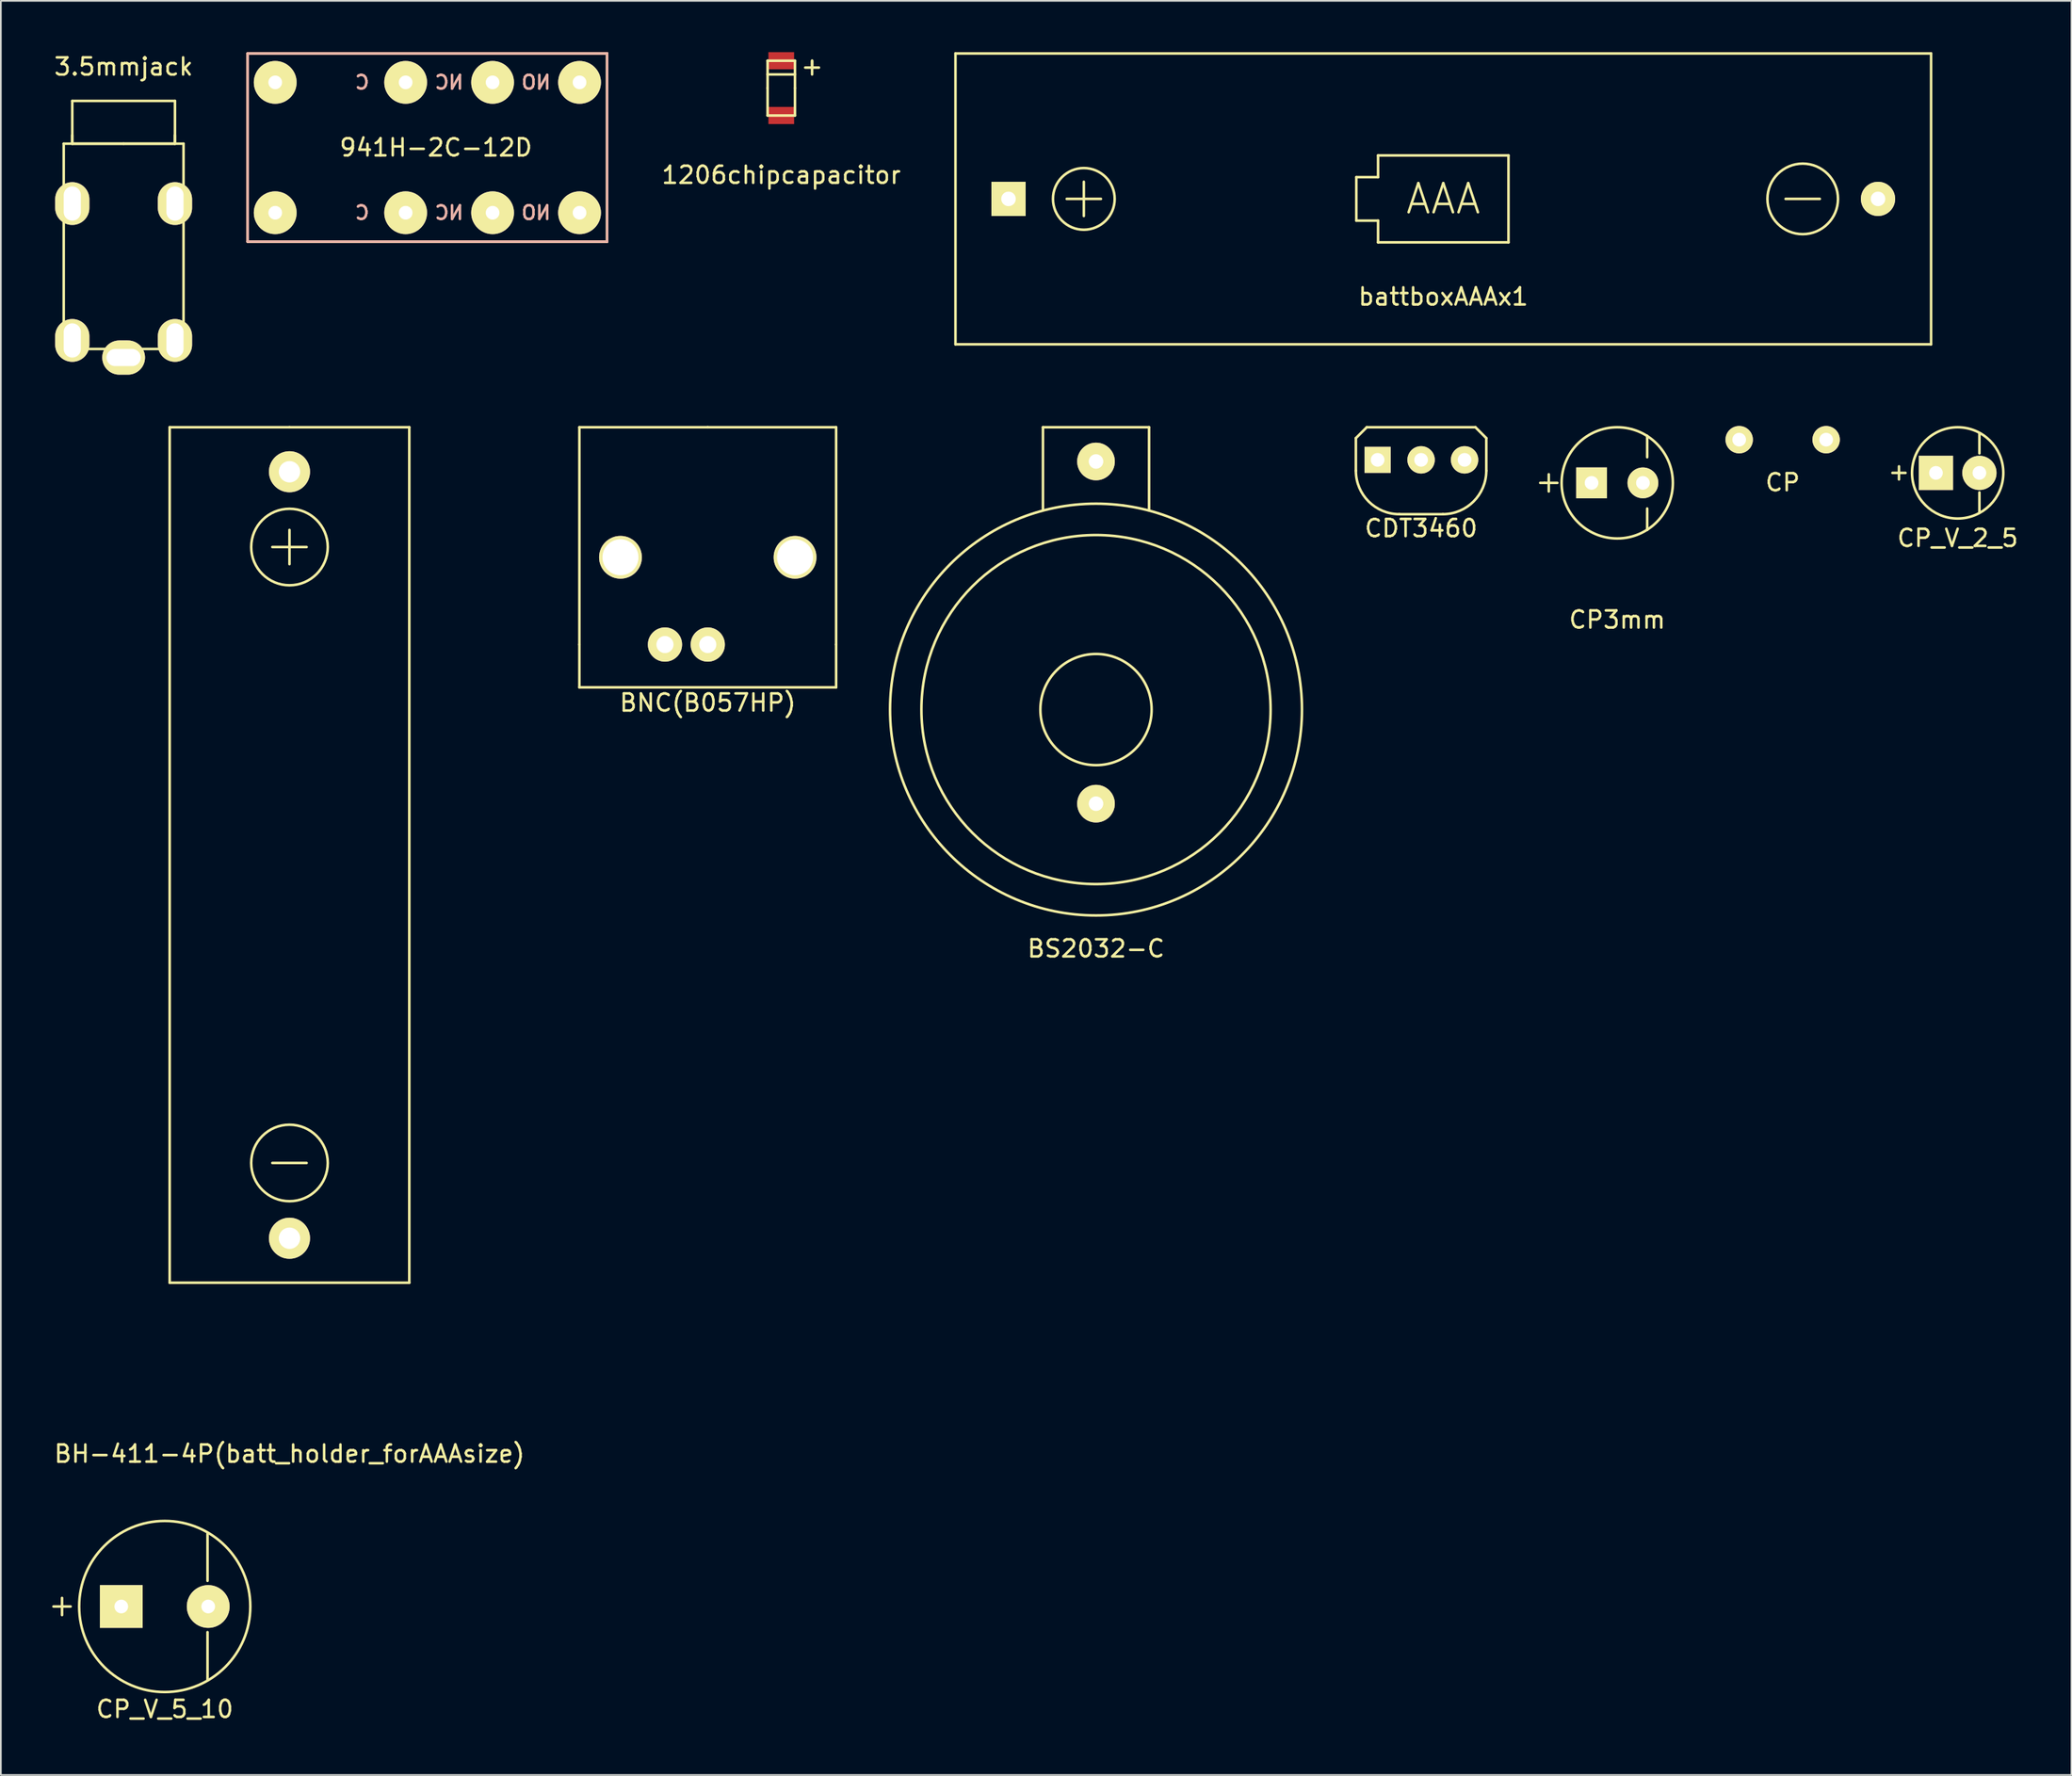
<source format=kicad_pcb>
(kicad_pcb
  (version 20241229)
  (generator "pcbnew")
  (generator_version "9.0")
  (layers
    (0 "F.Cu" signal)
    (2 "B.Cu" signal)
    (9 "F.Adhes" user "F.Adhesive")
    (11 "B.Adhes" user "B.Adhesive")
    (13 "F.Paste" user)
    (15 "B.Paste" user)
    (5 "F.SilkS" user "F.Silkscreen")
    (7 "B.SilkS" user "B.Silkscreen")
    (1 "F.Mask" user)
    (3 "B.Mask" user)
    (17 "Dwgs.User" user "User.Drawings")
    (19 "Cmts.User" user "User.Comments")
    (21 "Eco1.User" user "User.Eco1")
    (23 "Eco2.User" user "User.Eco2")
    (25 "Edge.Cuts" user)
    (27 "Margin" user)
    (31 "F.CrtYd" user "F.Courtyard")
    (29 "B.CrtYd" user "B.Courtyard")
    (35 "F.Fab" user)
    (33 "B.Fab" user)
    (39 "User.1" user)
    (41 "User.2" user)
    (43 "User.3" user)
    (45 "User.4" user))
  (footprint "CDT3460"
    (layer "F.Cu")
    (at 79.977 23.828)
    (property "Reference" "CDT3460" (at 0 4 0) (layer "F.SilkS") (effects (font (size 1 1) (thickness 0.15))))
    (attr through_hole)
    (fp_line (start -3.81 -1.27) (end -3.81 0.635) (stroke (width 0.15) (type solid)) (layer "F.SilkS"))
    (fp_line (start -3.175 -1.905) (end -3.81 -1.27) (stroke (width 0.15) (type solid)) (layer "F.SilkS"))
    (fp_line (start -3.175 -1.905) (end 3.175 -1.905) (stroke (width 0.15) (type solid)) (layer "F.SilkS"))
    (fp_line (start -1.27 3.175) (end 1.27 3.175) (stroke (width 0.15) (type solid)) (layer "F.SilkS"))
    (fp_line (start 3.175 -1.905) (end 3.81 -1.27) (stroke (width 0.15) (type solid)) (layer "F.SilkS"))
    (fp_line (start 3.81 -1.27) (end 3.81 0.635) (stroke (width 0.15) (type solid)) (layer "F.SilkS"))
    (fp_arc (start -1.27 3.175) (mid -3.066051 2.431051) (end -3.81 0.635) (stroke (width 0.15) (type solid)) (layer "F.SilkS"))
    (fp_arc (start 3.81 0.635) (mid 3.066051 2.431051) (end 1.27 3.175) (stroke (width 0.15) (type solid)) (layer "F.SilkS"))
    (pad "1" thru_hole rect (at -2.54 0) (size 1.524 1.524) (drill 0.8) (layers "*.Cu" "*.Mask" "F.SilkS"))
    (pad "2" thru_hole circle (at 0 0) (size 1.6 1.6) (drill 0.8) (layers "*.Cu" "*.Mask" "F.SilkS"))
    (pad "3" thru_hole circle (at 2.54 0) (size 1.6 1.6) (drill 0.8) (layers "*.Cu" "*.Mask" "F.SilkS")))
  (footprint "3.5mmjack"
    (layer "F.Cu")
    (at 4.173 11.348)
    (property "Reference" "3.5mmjack" (at 0 -10.5 0) (layer "F.SilkS") (effects (font (size 1 1) (thickness 0.15))))
    (attr through_hole)
    (fp_line (start -3.5 -6) (end -3.5 6) (stroke (width 0.15) (type solid)) (layer "F.SilkS"))
    (fp_line (start -3.5 -6) (end 0 -6) (stroke (width 0.15) (type solid)) (layer "F.SilkS"))
    (fp_line (start -3.5 6) (end 3.5 6) (stroke (width 0.15) (type solid)) (layer "F.SilkS"))
    (fp_line (start -3 -8.5) (end 3 -8.5) (stroke (width 0.15) (type solid)) (layer "F.SilkS"))
    (fp_line (start -3 -6.5) (end -3 -6) (stroke (width 0.15) (type solid)) (layer "F.SilkS"))
    (fp_line (start -3 -6) (end -3 -8.5) (stroke (width 0.15) (type solid)) (layer "F.SilkS"))
    (fp_line (start 0 -6) (end 3.5 -6) (stroke (width 0.15) (type solid)) (layer "F.SilkS"))
    (fp_line (start 3 -8.5) (end 3 -6) (stroke (width 0.15) (type solid)) (layer "F.SilkS"))
    (fp_line (start 3 -6.5) (end 3 -6) (stroke (width 0.15) (type solid)) (layer "F.SilkS"))
    (fp_line (start 3 -6) (end -3 -6) (stroke (width 0.15) (type solid)) (layer "F.SilkS"))
    (fp_line (start 3.5 6) (end 3.5 -6) (stroke (width 0.15) (type solid)) (layer "F.SilkS"))
    (pad "1" thru_hole oval (at 0 6.5 90) (size 2 2.5) (drill oval 1 2) (layers "*.Cu" "*.Mask" "F.SilkS"))
    (pad "2" thru_hole oval (at 3 5.5) (size 2 2.5) (drill oval 1 2) (layers "*.Cu" "*.Mask" "F.SilkS"))
    (pad "3" thru_hole oval (at -3 -2.5) (size 2 2.5) (drill oval 1 2) (layers "*.Cu" "*.Mask" "F.SilkS"))
    (pad "3" thru_hole oval (at 3 -2.5) (size 2 2.5) (drill oval 1 2) (layers "*.Cu" "*.Mask" "F.SilkS"))
    (pad "4" thru_hole oval (at -3 5.5) (size 2 2.5) (drill oval 1 2) (layers "*.Cu" "*.Mask" "F.SilkS")))
  (footprint "CP_V_5_10"
    (layer "F.Cu")
    (at 6.575 90.847)
    (property "Reference" "CP_V_5_10" (at 0 6 0) (layer "F.SilkS") (effects (font (size 1 1) (thickness 0.15))))
    (attr through_hole)
    (fp_line (start -6.5 0) (end -5.5 0) (stroke (width 0.15) (type solid)) (layer "F.SilkS"))
    (fp_line (start -6 -0.5) (end -6 0.5) (stroke (width 0.15) (type solid)) (layer "F.SilkS"))
    (fp_line (start 2.5 -4.25) (end 2.5 -1.5) (stroke (width 0.15) (type solid)) (layer "F.SilkS"))
    (fp_line (start 2.5 1.5) (end 2.5 4.25) (stroke (width 0.15) (type solid)) (layer "F.SilkS"))
    (fp_circle (center 0 0) (end 5 0) (stroke (width 0.15) (type solid)) (fill no) (layer "F.SilkS"))
    (pad "1" thru_hole rect (at -2.54 0) (size 2.5 2.5) (drill 0.8) (layers "*.Cu" "*.Mask" "F.SilkS"))
    (pad "4" thru_hole circle (at 2.54 0) (size 2.5 2.5) (drill 0.8) (layers "*.Cu" "*.Mask" "F.SilkS")))
  (footprint "battboxAAAx1"
    (layer "F.Cu")
    (at 81.273 8.575)
    (property "Reference" "battboxAAAx1" (at 0 5.715 0) (layer "F.SilkS") (effects (font (size 1 1) (thickness 0.15))))
    (attr through_hole)
    (fp_line (start -28.5 -8.5) (end -28.5 8.5) (stroke (width 0.15) (type solid)) (layer "F.SilkS"))
    (fp_line (start -28.5 8.5) (end 28.5 8.5) (stroke (width 0.15) (type solid)) (layer "F.SilkS"))
    (fp_line (start -22 0) (end -20 0) (stroke (width 0.15) (type solid)) (layer "F.SilkS"))
    (fp_line (start -21 -1) (end -21 1) (stroke (width 0.15) (type solid)) (layer "F.SilkS"))
    (fp_line (start -5.08 -1.27) (end -5.08 1.27) (stroke (width 0.15) (type solid)) (layer "F.SilkS"))
    (fp_line (start -5.08 1.27) (end -3.81 1.27) (stroke (width 0.15) (type solid)) (layer "F.SilkS"))
    (fp_line (start -3.81 -2.54) (end -3.81 -1.27) (stroke (width 0.15) (type solid)) (layer "F.SilkS"))
    (fp_line (start -3.81 -1.27) (end -5.08 -1.27) (stroke (width 0.15) (type solid)) (layer "F.SilkS"))
    (fp_line (start -3.81 1.27) (end -3.81 2.54) (stroke (width 0.15) (type solid)) (layer "F.SilkS"))
    (fp_line (start -3.81 2.54) (end 3.81 2.54) (stroke (width 0.15) (type solid)) (layer "F.SilkS"))
    (fp_line (start 3.81 -2.54) (end -3.81 -2.54) (stroke (width 0.15) (type solid)) (layer "F.SilkS"))
    (fp_line (start 3.81 2.54) (end 3.81 -2.54) (stroke (width 0.15) (type solid)) (layer "F.SilkS"))
    (fp_line (start 20 0) (end 22 0) (stroke (width 0.15) (type solid)) (layer "F.SilkS"))
    (fp_line (start 28.5 -8.5) (end -28.5 -8.5) (stroke (width 0.15) (type solid)) (layer "F.SilkS"))
    (fp_line (start 28.5 8.5) (end 28.5 -8.5) (stroke (width 0.15) (type solid)) (layer "F.SilkS"))
    (fp_circle (center -21 0) (end -22.5 -1) (stroke (width 0.15) (type solid)) (fill no) (layer "F.SilkS"))
    (fp_circle (center 21 0) (end 19 0.5) (stroke (width 0.15) (type solid)) (fill no) (layer "F.SilkS"))
    (fp_text user "AAA" (at 0 0 0) (layer "F.SilkS") (effects (font (size 1.7 1.7) (thickness 0.15))))
    (pad "1" thru_hole rect (at -25.4 0) (size 2 2) (drill 0.85) (layers "*.Cu" "*.Mask" "F.SilkS"))
    (pad "2" thru_hole circle (at 25.4 0) (size 2 2) (drill 0.85) (layers "*.Cu" "*.Mask" "F.SilkS")))
  (footprint "BNC(B057HP)"
    (layer "F.Cu")
    (at 38.301 34.623)
    (property "Reference" "BNC(B057HP)" (at 0 3.4 0) (layer "F.SilkS") (effects (font (size 1 1) (thickness 0.15))))
    (attr through_hole)
    (fp_line (start -7.5 -12.7) (end -7.5 0) (stroke (width 0.15) (type solid)) (layer "F.SilkS"))
    (fp_line (start -7.5 0) (end -7.5 2.5) (stroke (width 0.15) (type solid)) (layer "F.SilkS"))
    (fp_line (start -7.5 2.5) (end 7.5 2.5) (stroke (width 0.15) (type solid)) (layer "F.SilkS"))
    (fp_line (start 0 -12.7) (end -7.5 -12.7) (stroke (width 0.15) (type solid)) (layer "F.SilkS"))
    (fp_line (start 0 -12.7) (end 7.5 -12.7) (stroke (width 0.15) (type solid)) (layer "F.SilkS"))
    (fp_line (start 7.5 -12.7) (end 7.5 0) (stroke (width 0.15) (type solid)) (layer "F.SilkS"))
    (fp_line (start 7.5 2.5) (end 7.5 0) (stroke (width 0.15) (type solid)) (layer "F.SilkS"))
    (pad "" thru_hole circle (at -5.1 -5.1) (size 2.5 2.5) (drill 2.1) (layers "*.Cu" "*.Mask" "F.SilkS"))
    (pad "" thru_hole circle (at 5.1 -5.1) (size 2.5 2.5) (drill 2.1) (layers "*.Cu" "*.Mask" "F.SilkS"))
    (pad "1" thru_hole circle (at 0 0) (size 2 2) (drill 1) (layers "*.Cu" "*.Mask" "F.SilkS"))
    (pad "2" thru_hole circle (at -2.5 0) (size 2 2) (drill 1) (layers "*.Cu" "*.Mask" "F.SilkS")))
  (footprint "CP"
    (layer "F.Cu")
    (at 101.102 22.648)
    (property "Reference" "CP" (at 0 2.5 0) (layer "F.SilkS") (effects (font (size 1 1) (thickness 0.15))))
    (attr through_hole)
    (pad "1" thru_hole circle (at -2.54 0) (size 1.6 1.6) (drill 0.8) (layers "*.Cu" "*.Mask" "F.SilkS"))
    (pad "2" thru_hole circle (at 2.54 0) (size 1.6 1.6) (drill 0.8) (layers "*.Cu" "*.Mask" "F.SilkS")))
  (footprint "BS2032-C"
    (layer "F.Cu")
    (at 60.984 38.423)
    (property "Reference" "BS2032-C" (at 0 13.97 0) (layer "F.SilkS") (effects (font (size 1 1) (thickness 0.15))))
    (attr through_hole)
    (fp_line (start -3.1 -16.5) (end -3.1 -11.7) (stroke (width 0.15) (type solid)) (layer "F.SilkS"))
    (fp_line (start 3.1 -16.5) (end -3.1 -16.5) (stroke (width 0.15) (type solid)) (layer "F.SilkS"))
    (fp_line (start 3.1 -11.7) (end 3.1 -16.5) (stroke (width 0.15) (type solid)) (layer "F.SilkS"))
    (fp_circle (center 0 0) (end 3.25 -0.03) (stroke (width 0.15) (type solid)) (fill no) (layer "F.SilkS"))
    (fp_circle (center 0 0) (end 10.2 -0.1) (stroke (width 0.15) (type solid)) (fill no) (layer "F.SilkS"))
    (fp_circle (center 0 0) (end 11.45 3.7) (stroke (width 0.15) (type solid)) (fill no) (layer "F.SilkS"))
    (pad "1" thru_hole circle (at 0 -14.5) (size 2.2 2.2) (drill 0.85) (layers "*.Cu" "*.Mask" "F.SilkS"))
    (pad "2" thru_hole circle (at 0 5.5) (size 2.2 2.2) (drill 0.85) (layers "*.Cu" "*.Mask" "F.SilkS")))
  (footprint "1206chipcapacitor"
    (layer "F.Cu")
    (at 42.596 2.1)
    (property "Reference" "1206chipcapacitor" (at 0 5.08 0) (layer "F.SilkS") (effects (font (size 1 1) (thickness 0.15))))
    (attr through_hole)
    (fp_line (start -0.8 -1.6) (end -0.8 0) (stroke (width 0.15) (type solid)) (layer "F.SilkS"))
    (fp_line (start -0.8 -1.6) (end 0.8 -1.6) (stroke (width 0.15) (type solid)) (layer "F.SilkS"))
    (fp_line (start -0.8 0) (end -0.8 1.6) (stroke (width 0.15) (type solid)) (layer "F.SilkS"))
    (fp_line (start 0.8 -1.6) (end 0.8 0) (stroke (width 0.15) (type solid)) (layer "F.SilkS"))
    (fp_line (start 0.8 -0.8) (end -0.8 -0.8) (stroke (width 0.15) (type solid)) (layer "F.SilkS"))
    (fp_line (start 0.8 0) (end 0.8 1.6) (stroke (width 0.15) (type solid)) (layer "F.SilkS"))
    (fp_line (start 0.8 1.6) (end -0.8 1.6) (stroke (width 0.15) (type solid)) (layer "F.SilkS"))
    (fp_line (start 1.4 -1.2) (end 2.2 -1.2) (stroke (width 0.15) (type solid)) (layer "F.SilkS"))
    (fp_line (start 1.8 -1.6) (end 1.8 -1.2) (stroke (width 0.15) (type solid)) (layer "F.SilkS"))
    (fp_line (start 1.8 -1.2) (end 1.8 -1.6) (stroke (width 0.15) (type solid)) (layer "F.SilkS"))
    (fp_line (start 1.8 -1.2) (end 1.8 -0.8) (stroke (width 0.15) (type solid)) (layer "F.SilkS"))
    (pad "1" smd rect (at 0 -1.6) (size 1.5 1) (layers "F.Cu" "F.Mask" "F.Paste"))
    (pad "2" smd rect (at 0 1.6) (size 1.5 1) (layers "F.Cu" "F.Mask" "F.Paste")))
  (footprint "941H-2C-12D"
    (layer "F.Cu")
    (at 21.92 5.575)
    (property "Reference" "941H-2C-12D" (at 0.5 0 0) (layer "F.SilkS") (effects (font (size 1 1) (thickness 0.15))))
    (attr through_hole)
    (fp_line (start -10.5 -5.5) (end 10.5 -5.5) (stroke (width 0.15) (type solid)) (layer "F.SilkS"))
    (fp_line (start -10.5 5.5) (end -10.5 -5.5) (stroke (width 0.15) (type solid)) (layer "F.SilkS"))
    (fp_line (start 10.5 -5.5) (end 10.5 5.5) (stroke (width 0.15) (type solid)) (layer "F.SilkS"))
    (fp_line (start 10.5 5.5) (end -10.5 5.5) (stroke (width 0.15) (type solid)) (layer "F.SilkS"))
    (fp_line (start -10.5 -5.5) (end 10.5 -5.5) (stroke (width 0.15) (type solid)) (layer "B.SilkS"))
    (fp_line (start -10.5 5.5) (end -10.5 -5.5) (stroke (width 0.15) (type solid)) (layer "B.SilkS"))
    (fp_line (start 10.5 -5.5) (end 10.5 5.5) (stroke (width 0.15) (type solid)) (layer "B.SilkS"))
    (fp_line (start 10.5 5.5) (end -10.5 5.5) (stroke (width 0.15) (type solid)) (layer "B.SilkS"))
    (fp_text user "NC" (at 1.27 -3.81 0) (layer "B.SilkS") (effects (font (size 0.8 0.8) (thickness 0.15)) (justify mirror)))
    (fp_text user "NC" (at 1.27 3.81 0) (layer "B.SilkS") (effects (font (size 0.8 0.8) (thickness 0.15)) (justify mirror)))
    (fp_text user "NO" (at 6.35 -3.81 0) (layer "B.SilkS") (effects (font (size 0.8 0.8) (thickness 0.15)) (justify mirror)))
    (fp_text user "C" (at -3.81 3.81 0) (layer "B.SilkS") (effects (font (size 0.8 0.8) (thickness 0.15)) (justify mirror)))
    (fp_text user "NO" (at 6.35 3.81 0) (layer "B.SilkS") (effects (font (size 0.8 0.8) (thickness 0.15)) (justify mirror)))
    (fp_text user "C" (at -3.81 -3.81 0) (layer "B.SilkS") (effects (font (size 0.8 0.8) (thickness 0.15)) (justify mirror)))
    (pad "1" thru_hole circle (at -8.89 3.81) (size 2.5 2.5) (drill 0.8) (layers "*.Cu" "*.Mask" "F.SilkS"))
    (pad "4" thru_hole circle (at -1.27 3.81) (size 2.5 2.5) (drill 0.8) (layers "*.Cu" "*.Mask" "F.SilkS"))
    (pad "6" thru_hole circle (at 3.81 3.81) (size 2.5 2.5) (drill 0.8) (layers "*.Cu" "*.Mask" "F.SilkS"))
    (pad "8" thru_hole circle (at 8.89 3.81) (size 2.5 2.5) (drill 0.8) (layers "*.Cu" "*.Mask" "F.SilkS"))
    (pad "9" thru_hole circle (at 8.89 -3.81) (size 2.5 2.5) (drill 0.8) (layers "*.Cu" "*.Mask" "F.SilkS"))
    (pad "11" thru_hole circle (at 3.81 -3.81) (size 2.5 2.5) (drill 0.8) (layers "*.Cu" "*.Mask" "F.SilkS"))
    (pad "13" thru_hole circle (at -1.27 -3.81) (size 2.5 2.5) (drill 0.8) (layers "*.Cu" "*.Mask" "F.SilkS"))
    (pad "16" thru_hole circle (at -8.89 -3.81) (size 2.5 2.5) (drill 0.8) (layers "*.Cu" "*.Mask" "F.SilkS")))
  (footprint "CP_V_2_5"
    (layer "F.Cu")
    (at 111.327 24.59)
    (property "Reference" "CP_V_2_5" (at 0 3.81 0) (layer "F.SilkS") (effects (font (size 1 1) (thickness 0.15))))
    (attr through_hole)
    (fp_line (start -3.81 0) (end -3.048 0) (stroke (width 0.15) (type solid)) (layer "F.SilkS"))
    (fp_line (start -3.429 -0.381) (end -3.429 0.381) (stroke (width 0.15) (type solid)) (layer "F.SilkS"))
    (fp_line (start 1.27 -2.286) (end 1.27 -1.143) (stroke (width 0.15) (type solid)) (layer "F.SilkS"))
    (fp_line (start 1.27 1.143) (end 1.27 2.286) (stroke (width 0.15) (type solid)) (layer "F.SilkS"))
    (fp_circle (center 0 0) (end 0 -2.667) (stroke (width 0.15) (type solid)) (fill no) (layer "F.SilkS"))
    (pad "1" thru_hole rect (at -1.27 0) (size 2 2) (drill 0.8) (layers "*.Cu" "*.Mask" "F.SilkS"))
    (pad "2" thru_hole circle (at 1.27 0) (size 2 2) (drill 0.8) (layers "*.Cu" "*.Mask" "F.SilkS")))
  (footprint "CP3mm"
    (layer "F.Cu")
    (at 91.437 25.173)
    (property "Reference" "CP3mm" (at 0 8 0) (layer "F.SilkS") (effects (font (size 1 1) (thickness 0.15))))
    (attr through_hole)
    (fp_line (start -4.25 0) (end -4.5 0) (stroke (width 0.15) (type solid)) (layer "F.SilkS"))
    (fp_line (start -4 -0.5) (end -4 0.5) (stroke (width 0.15) (type solid)) (layer "F.SilkS"))
    (fp_line (start -3.5 0) (end -4.25 0) (stroke (width 0.15) (type solid)) (layer "F.SilkS"))
    (fp_line (start 1.75 -2.75) (end 1.75 -1.5) (stroke (width 0.15) (type solid)) (layer "F.SilkS"))
    (fp_line (start 1.75 2.75) (end 1.75 1.5) (stroke (width 0.15) (type solid)) (layer "F.SilkS"))
    (fp_circle (center 0 0) (end 1.25 3) (stroke (width 0.15) (type solid)) (fill no) (layer "F.SilkS"))
    (pad "1" thru_hole rect (at -1.5 0) (size 1.8 1.8) (drill 0.8) (layers "*.Cu" "*.Mask" "F.SilkS"))
    (pad "2" thru_hole circle (at 1.5 0) (size 1.8 1.8) (drill 0.8) (layers "*.Cu" "*.Mask" "F.SilkS")))
  (footprint "BH-411-4P(batt_holder_forAAAsize)"
    (layer "F.Cu")
    (at 13.863 46.923)
    (property "Reference" "BH-411-4P(batt_holder_forAAAsize)" (at 0 35 0) (layer "F.SilkS") (effects (font (size 1 1) (thickness 0.15))))
    (attr through_hole)
    (fp_line (start -7 -25) (end 0 -25) (stroke (width 0.15) (type solid)) (layer "F.SilkS"))
    (fp_line (start -7 25) (end -7 -25) (stroke (width 0.15) (type solid)) (layer "F.SilkS"))
    (fp_line (start -1 -18) (end 1 -18) (stroke (width 0.15) (type solid)) (layer "F.SilkS"))
    (fp_line (start -1 18) (end 1 18) (stroke (width 0.15) (type solid)) (layer "F.SilkS"))
    (fp_line (start 0 -25) (end 7 -25) (stroke (width 0.15) (type solid)) (layer "F.SilkS"))
    (fp_line (start 0 -19) (end 0 -17) (stroke (width 0.15) (type solid)) (layer "F.SilkS"))
    (fp_line (start 7 -25) (end 7 25) (stroke (width 0.15) (type solid)) (layer "F.SilkS"))
    (fp_line (start 7 25) (end -7 25) (stroke (width 0.15) (type solid)) (layer "F.SilkS"))
    (fp_circle (center 0 -18) (end 1 -16) (stroke (width 0.15) (type solid)) (fill no) (layer "F.SilkS"))
    (fp_circle (center 0 18) (end 1 20) (stroke (width 0.15) (type solid)) (fill no) (layer "F.SilkS"))
    (pad "1" thru_hole circle (at 0 -22.4) (size 2.4 2.4) (drill 1.25) (layers "*.Cu" "*.Mask" "F.SilkS"))
    (pad "2" thru_hole circle (at 0 22.4) (size 2.4 2.4) (drill 1.25) (layers "*.Cu" "*.Mask" "F.SilkS")))
  (gr_rect
    (start -3 -3)
    (end 117.976 100.695)
    (stroke (width 0.1) (type default))
    (fill no)
    (layer "Edge.Cuts")))
</source>
